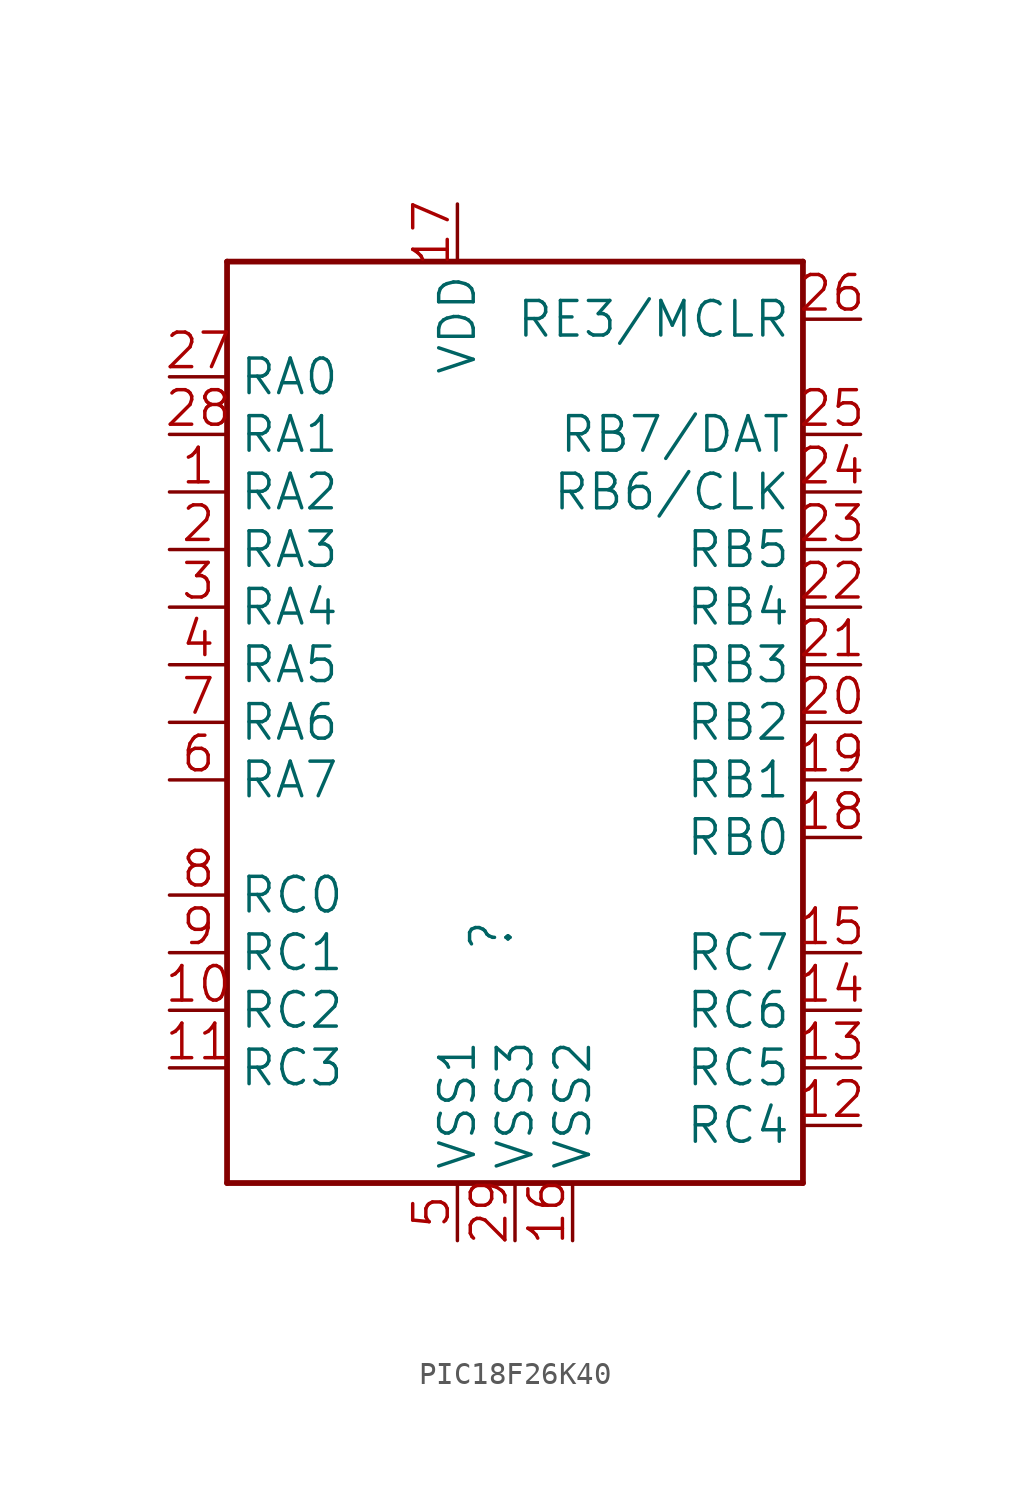
<source format=kicad_sym>
(kicad_symbol_lib
  (version 20241209)
  (generator "kicad_symbol_editor")
  (generator_version "9.0")
  (symbol "PIC18F26K40"
    (property "Reference" ""
      (at 0 -12.7 90)
      (effects (font (size 1.778 1.511)) (justify left bottom)))
    (property "ki_locked" ""
      (at 0 0 0)
      (effects (font (size 1.27 1.27))))
    (symbol "PIC18F26K40_1_0"
      (polyline (pts (xy -12.7 17.78) (xy 12.7 17.78)) (stroke (width 0.254) (type solid)) (fill (type none)))
      (polyline (pts (xy -12.7 -22.86) (xy -12.7 17.78)) (stroke (width 0.254) (type solid)) (fill (type none)))
      (polyline (pts (xy 12.7 17.78) (xy 12.7 -22.86)) (stroke (width 0.254) (type solid)) (fill (type none)))
      (polyline (pts (xy 12.7 -22.86) (xy -12.7 -22.86)) (stroke (width 0.254) (type solid)) (fill (type none)))
      (pin bidirectional line (at -15.24 12.7 0) (length 2.54) (name "RA0" (effects (font (size 1.524 1.524)))) (number "27" (effects (font (size 1.524 1.524)))))
      (pin bidirectional line (at -15.24 10.16 0) (length 2.54) (name "RA1" (effects (font (size 1.524 1.524)))) (number "28" (effects (font (size 1.524 1.524)))))
      (pin bidirectional line (at -15.24 7.62 0) (length 2.54) (name "RA2" (effects (font (size 1.524 1.524)))) (number "1" (effects (font (size 1.524 1.524)))))
      (pin bidirectional line (at -15.24 5.08 0) (length 2.54) (name "RA3" (effects (font (size 1.524 1.524)))) (number "2" (effects (font (size 1.524 1.524)))))
      (pin bidirectional line (at -15.24 2.54 0) (length 2.54) (name "RA4" (effects (font (size 1.524 1.524)))) (number "3" (effects (font (size 1.524 1.524)))))
      (pin bidirectional line (at -15.24 0 0) (length 2.54) (name "RA5" (effects (font (size 1.524 1.524)))) (number "4" (effects (font (size 1.524 1.524)))))
      (pin bidirectional line (at -15.24 -2.54 0) (length 2.54) (name "RA6" (effects (font (size 1.524 1.524)))) (number "7" (effects (font (size 1.524 1.524)))))
      (pin bidirectional line (at -15.24 -5.08 0) (length 2.54) (name "RA7" (effects (font (size 1.524 1.524)))) (number "6" (effects (font (size 1.524 1.524)))))
      (pin bidirectional line (at -15.24 -10.16 0) (length 2.54) (name "RC0" (effects (font (size 1.524 1.524)))) (number "8" (effects (font (size 1.524 1.524)))))
      (pin bidirectional line (at -15.24 -12.7 0) (length 2.54) (name "RC1" (effects (font (size 1.524 1.524)))) (number "9" (effects (font (size 1.524 1.524)))))
      (pin bidirectional line (at -15.24 -15.24 0) (length 2.54) (name "RC2" (effects (font (size 1.524 1.524)))) (number "10" (effects (font (size 1.524 1.524)))))
      (pin bidirectional line (at -15.24 -17.78 0) (length 2.54) (name "RC3" (effects (font (size 1.524 1.524)))) (number "11" (effects (font (size 1.524 1.524)))))
      (pin bidirectional line (at -2.54 20.32 270) (length 2.54) (name "VDD" (effects (font (size 1.524 1.524)))) (number "17" (effects (font (size 1.524 1.524)))))
      (pin bidirectional line (at -2.54 -25.4 90) (length 2.54) (name "VSS1" (effects (font (size 1.524 1.524)))) (number "5" (effects (font (size 1.524 1.524)))))
      (pin bidirectional line (at 0 -25.4 90) (length 2.54) (name "VSS3" (effects (font (size 1.524 1.524)))) (number "29" (effects (font (size 1.524 1.524)))))
      (pin bidirectional line (at 2.54 -25.4 90) (length 2.54) (name "VSS2" (effects (font (size 1.524 1.524)))) (number "16" (effects (font (size 1.524 1.524)))))
      (pin bidirectional line (at 15.24 15.24 180) (length 2.54) (name "RE3/MCLR" (effects (font (size 1.524 1.524)))) (number "26" (effects (font (size 1.524 1.524)))))
      (pin bidirectional line (at 15.24 10.16 180) (length 2.54) (name "RB7/DAT" (effects (font (size 1.524 1.524)))) (number "25" (effects (font (size 1.524 1.524)))))
      (pin bidirectional line (at 15.24 7.62 180) (length 2.54) (name "RB6/CLK" (effects (font (size 1.524 1.524)))) (number "24" (effects (font (size 1.524 1.524)))))
      (pin bidirectional line (at 15.24 5.08 180) (length 2.54) (name "RB5" (effects (font (size 1.524 1.524)))) (number "23" (effects (font (size 1.524 1.524)))))
      (pin bidirectional line (at 15.24 2.54 180) (length 2.54) (name "RB4" (effects (font (size 1.524 1.524)))) (number "22" (effects (font (size 1.524 1.524)))))
      (pin bidirectional line (at 15.24 0 180) (length 2.54) (name "RB3" (effects (font (size 1.524 1.524)))) (number "21" (effects (font (size 1.524 1.524)))))
      (pin bidirectional line (at 15.24 -2.54 180) (length 2.54) (name "RB2" (effects (font (size 1.524 1.524)))) (number "20" (effects (font (size 1.524 1.524)))))
      (pin bidirectional line (at 15.24 -5.08 180) (length 2.54) (name "RB1" (effects (font (size 1.524 1.524)))) (number "19" (effects (font (size 1.524 1.524)))))
      (pin bidirectional line (at 15.24 -7.62 180) (length 2.54) (name "RB0" (effects (font (size 1.524 1.524)))) (number "18" (effects (font (size 1.524 1.524)))))
      (pin bidirectional line (at 15.24 -12.7 180) (length 2.54) (name "RC7" (effects (font (size 1.524 1.524)))) (number "15" (effects (font (size 1.524 1.524)))))
      (pin bidirectional line (at 15.24 -15.24 180) (length 2.54) (name "RC6" (effects (font (size 1.524 1.524)))) (number "14" (effects (font (size 1.524 1.524)))))
      (pin bidirectional line (at 15.24 -17.78 180) (length 2.54) (name "RC5" (effects (font (size 1.524 1.524)))) (number "13" (effects (font (size 1.524 1.524)))))
      (pin bidirectional line (at 15.24 -20.32 180) (length 2.54) (name "RC4" (effects (font (size 1.524 1.524)))) (number "12" (effects (font (size 1.524 1.524))))))))
</source>
